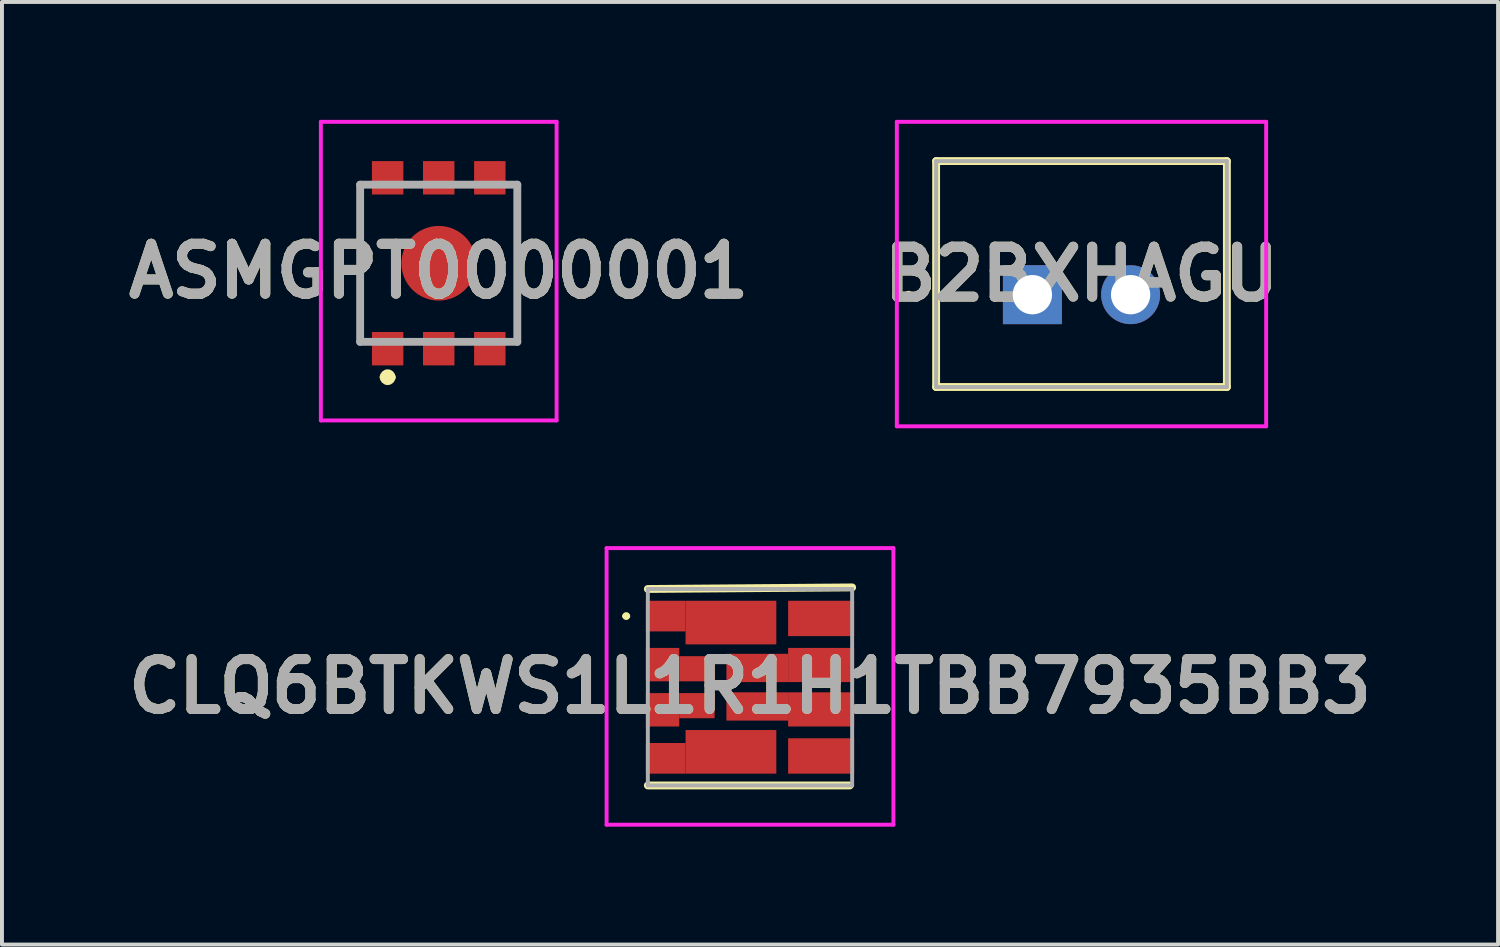
<source format=kicad_pcb>
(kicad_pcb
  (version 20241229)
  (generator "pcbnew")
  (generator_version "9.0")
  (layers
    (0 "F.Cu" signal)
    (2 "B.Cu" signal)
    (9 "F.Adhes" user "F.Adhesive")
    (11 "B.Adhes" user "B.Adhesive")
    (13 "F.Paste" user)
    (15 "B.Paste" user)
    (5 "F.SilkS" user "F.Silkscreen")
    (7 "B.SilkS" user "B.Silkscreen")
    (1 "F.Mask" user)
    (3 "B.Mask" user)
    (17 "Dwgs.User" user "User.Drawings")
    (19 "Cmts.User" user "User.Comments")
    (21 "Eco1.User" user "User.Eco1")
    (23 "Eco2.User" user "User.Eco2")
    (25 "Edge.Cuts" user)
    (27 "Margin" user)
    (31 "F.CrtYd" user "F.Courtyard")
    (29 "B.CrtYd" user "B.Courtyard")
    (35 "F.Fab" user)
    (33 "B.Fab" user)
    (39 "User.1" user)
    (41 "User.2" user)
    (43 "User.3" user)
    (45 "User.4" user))
  (footprint "CLQ6BTKWS1L1R1H1TBB7935BB3"
    (layer "F.Cu")
    (at 16.038 14.44)
    (property "Reference" "CLQ6BTKWS1L1R1H1TBB7935BB3" (at 0 -0.02 0) (layer "F.SilkS") (effects (font (size 1.27 1.27) (thickness 0.254))))
    (attr smd)
    (fp_line (start -3.2 -1.81) (end -3.2 -1.81) (stroke (width 0.1) (type solid)) (layer "F.SilkS"))
    (fp_line (start -3.1 -1.81) (end -3.1 -1.81) (stroke (width 0.1) (type solid)) (layer "F.SilkS"))
    (fp_line (start -2.6 -2.5) (end 2.6 -2.54) (stroke (width 0.2) (type solid)) (layer "F.SilkS"))
    (fp_line (start -2.6 2.5) (end 2.54 2.5) (stroke (width 0.2) (type solid)) (layer "F.SilkS"))
    (fp_arc (start -3.2 -1.81) (mid -3.15 -1.86) (end -3.1 -1.81) (stroke (width 0.1) (type solid)) (layer "F.SilkS"))
    (fp_arc (start -3.1 -1.81) (mid -3.15 -1.76) (end -3.2 -1.81) (stroke (width 0.1) (type solid)) (layer "F.SilkS"))
    (fp_line (start -3.65 -3.54) (end 3.65 -3.54) (stroke (width 0.1) (type solid)) (layer "F.CrtYd"))
    (fp_line (start -3.65 3.5) (end -3.65 -3.54) (stroke (width 0.1) (type solid)) (layer "F.CrtYd"))
    (fp_line (start 3.65 -3.54) (end 3.65 3.5) (stroke (width 0.1) (type solid)) (layer "F.CrtYd"))
    (fp_line (start 3.65 3.5) (end -3.65 3.5) (stroke (width 0.1) (type solid)) (layer "F.CrtYd"))
    (fp_line (start -2.6 -2.5) (end 2.6 -2.5) (stroke (width 0.1) (type solid)) (layer "F.Fab"))
    (fp_line (start -2.6 2.5) (end -2.6 -2.5) (stroke (width 0.1) (type solid)) (layer "F.Fab"))
    (fp_line (start 2.6 -2.5) (end 2.6 2.5) (stroke (width 0.1) (type solid)) (layer "F.Fab"))
    (fp_line (start 2.6 2.5) (end -2.6 2.5) (stroke (width 0.1) (type solid)) (layer "F.Fab"))
    (fp_text user "${REFERENCE}" (at 0 -0.02 0) (layer "F.Fab") (effects (font (size 1.27 1.27) (thickness 0.254))))
    (pad "1" smd rect (at -2.145 -1.81 90) (size 0.78 1.01) (layers "F.Cu" "F.Mask" "F.Paste"))
    (pad "2" smd rect (at -2.225 -0.575 90) (size 0.85 0.85) (layers "F.Cu" "F.Mask" "F.Paste"))
    (pad "3" smd rect (at -2.225 0.575 90) (size 0.85 0.85) (layers "F.Cu" "F.Mask" "F.Paste"))
    (pad "4" smd rect (at -2.145 1.81 90) (size 0.78 1.01) (layers "F.Cu" "F.Mask" "F.Paste"))
    (pad "5" smd rect (at 1.81 1.75 90) (size 0.9 1.68) (layers "F.Cu" "F.Mask" "F.Paste"))
    (pad "6" smd rect (at 1.81 0.565 90) (size 0.87 1.68) (layers "F.Cu" "F.Mask" "F.Paste"))
    (pad "7" smd rect (at 1.81 -0.565 90) (size 0.87 1.68) (layers "F.Cu" "F.Mask" "F.Paste"))
    (pad "8" smd rect (at 1.81 -1.75 90) (size 0.9 1.68) (layers "F.Cu" "F.Mask" "F.Paste"))
    (pad "9" smd rect (at -0.485 -1.645 90) (size 1.11 2.31) (layers "F.Cu" "F.Mask" "F.Paste"))
    (pad "10" smd rect (at -1.35 -0.47 90) (size 0.64 0.9) (layers "F.Cu" "F.Mask" "F.Paste"))
    (pad "11" smd rect (at -1.35 0.47 90) (size 0.64 0.9) (layers "F.Cu" "F.Mask" "F.Paste"))
    (pad "12" smd rect (at -0.485 1.645 90) (size 1.11 2.31) (layers "F.Cu" "F.Mask" "F.Paste"))
    (pad "13" smd rect (at 0.185 0.49 90) (size 0.72 1.57) (layers "F.Cu" "F.Mask" "F.Paste"))
    (pad "14" smd rect (at 0.185 -0.49 90) (size 0.72 1.57) (layers "F.Cu" "F.Mask" "F.Paste")))
  (footprint "B2BXHAGU"
    (layer "F.Cu")
    (at 23.225 4.45)
    (property "Reference" "B2BXHAGU" (at 1.25 -0.525 0) (layer "F.SilkS") (effects (font (size 1.27 1.27) (thickness 0.254))))
    (attr through_hole)
    (fp_line (start -3.2 0) (end -3.2 0) (stroke (width 0.1) (type solid)) (layer "F.SilkS"))
    (fp_line (start -3.1 0) (end -3.1 0) (stroke (width 0.1) (type solid)) (layer "F.SilkS"))
    (fp_line (start -2.45 -3.4) (end 4.95 -3.4) (stroke (width 0.2) (type solid)) (layer "F.SilkS"))
    (fp_line (start -2.45 2.35) (end -2.45 -3.4) (stroke (width 0.2) (type solid)) (layer "F.SilkS"))
    (fp_line (start 4.95 -3.4) (end 4.95 2.35) (stroke (width 0.2) (type solid)) (layer "F.SilkS"))
    (fp_line (start 4.95 2.35) (end -2.45 2.35) (stroke (width 0.2) (type solid)) (layer "F.SilkS"))
    (fp_arc (start -3.2 0) (mid -3.15 -0.05) (end -3.1 0) (stroke (width 0.1) (type solid)) (layer "F.SilkS"))
    (fp_arc (start -3.1 0) (mid -3.15 0.05) (end -3.2 0) (stroke (width 0.1) (type solid)) (layer "F.SilkS"))
    (fp_line (start -3.45 -4.4) (end 5.95 -4.4) (stroke (width 0.1) (type solid)) (layer "F.CrtYd"))
    (fp_line (start -3.45 3.35) (end -3.45 -4.4) (stroke (width 0.1) (type solid)) (layer "F.CrtYd"))
    (fp_line (start 5.95 -4.4) (end 5.95 3.35) (stroke (width 0.1) (type solid)) (layer "F.CrtYd"))
    (fp_line (start 5.95 3.35) (end -3.45 3.35) (stroke (width 0.1) (type solid)) (layer "F.CrtYd"))
    (fp_line (start -2.45 -3.4) (end 4.95 -3.4) (stroke (width 0.1) (type solid)) (layer "F.Fab"))
    (fp_line (start -2.45 2.35) (end -2.45 -3.4) (stroke (width 0.1) (type solid)) (layer "F.Fab"))
    (fp_line (start 4.95 -3.4) (end 4.95 2.35) (stroke (width 0.1) (type solid)) (layer "F.Fab"))
    (fp_line (start 4.95 2.35) (end -2.45 2.35) (stroke (width 0.1) (type solid)) (layer "F.Fab"))
    (fp_text user "${REFERENCE}" (at 1.25 -0.525 0) (layer "F.Fab") (effects (font (size 1.27 1.27) (thickness 0.254))))
    (pad "1" thru_hole rect (at 0 0) (size 1.5 1.5) (drill 1) (layers "*.Cu" "*.Mask"))
    (pad "2" thru_hole circle (at 2.5 0) (size 1.5 1.5) (drill 1) (layers "*.Cu" "*.Mask")))
  (footprint "ASMGPT0000001"
    (layer "F.Cu")
    (at 8.116 3.65)
    (property "Reference" "ASMGPT0000001" (at 0 0.2 0) (layer "F.SilkS") (effects (font (size 1.27 1.27) (thickness 0.254))))
    (attr smd)
    (fp_line (start -2 -2) (end -2 2) (stroke (width 0.1) (type solid)) (layer "F.SilkS"))
    (fp_line (start -1.4 2.9) (end -1.4 2.9) (stroke (width 0.2) (type solid)) (layer "F.SilkS"))
    (fp_line (start -1.2 2.9) (end -1.2 2.9) (stroke (width 0.2) (type solid)) (layer "F.SilkS"))
    (fp_line (start 2 -2) (end 2 2) (stroke (width 0.1) (type solid)) (layer "F.SilkS"))
    (fp_arc (start -1.4 2.9) (mid -1.3 2.8) (end -1.2 2.9) (stroke (width 0.2) (type solid)) (layer "F.SilkS"))
    (fp_arc (start -1.2 2.9) (mid -1.3 3) (end -1.4 2.9) (stroke (width 0.2) (type solid)) (layer "F.SilkS"))
    (fp_line (start -3 -3.6) (end 3 -3.6) (stroke (width 0.1) (type solid)) (layer "F.CrtYd"))
    (fp_line (start -3 4) (end -3 -3.6) (stroke (width 0.1) (type solid)) (layer "F.CrtYd"))
    (fp_line (start 3 -3.6) (end 3 4) (stroke (width 0.1) (type solid)) (layer "F.CrtYd"))
    (fp_line (start 3 4) (end -3 4) (stroke (width 0.1) (type solid)) (layer "F.CrtYd"))
    (fp_line (start -2 -2) (end 2 -2) (stroke (width 0.2) (type solid)) (layer "F.Fab"))
    (fp_line (start -2 2) (end -2 -2) (stroke (width 0.2) (type solid)) (layer "F.Fab"))
    (fp_line (start 2 -2) (end 2 2) (stroke (width 0.2) (type solid)) (layer "F.Fab"))
    (fp_line (start 2 2) (end -2 2) (stroke (width 0.2) (type solid)) (layer "F.Fab"))
    (fp_text user "${REFERENCE}" (at 0 0.2 0) (layer "F.Fab") (effects (font (size 1.27 1.27) (thickness 0.254))))
    (pad "1" smd rect (at -1.3 2.175) (size 0.8 0.85) (layers "F.Cu" "F.Mask" "F.Paste"))
    (pad "2" smd rect (at 0 2.175) (size 0.8 0.85) (layers "F.Cu" "F.Mask" "F.Paste"))
    (pad "3" smd rect (at 1.3 2.175) (size 0.8 0.85) (layers "F.Cu" "F.Mask" "F.Paste"))
    (pad "4" smd rect (at 1.3 -2.175) (size 0.8 0.85) (layers "F.Cu" "F.Mask" "F.Paste"))
    (pad "5" smd rect (at 0 -2.175) (size 0.8 0.85) (layers "F.Cu" "F.Mask" "F.Paste"))
    (pad "6" smd rect (at -1.3 -2.175) (size 0.8 0.85) (layers "F.Cu" "F.Mask" "F.Paste"))
    (pad "7" smd circle (at 0 0 90) (size 1.9 1.9) (layers "F.Cu" "F.Mask" "F.Paste")))
  (gr_rect
    (start -3 -3)
    (end 35.077 20.99)
    (stroke (width 0.1) (type default))
    (fill no)
    (layer "Edge.Cuts")))
</source>
